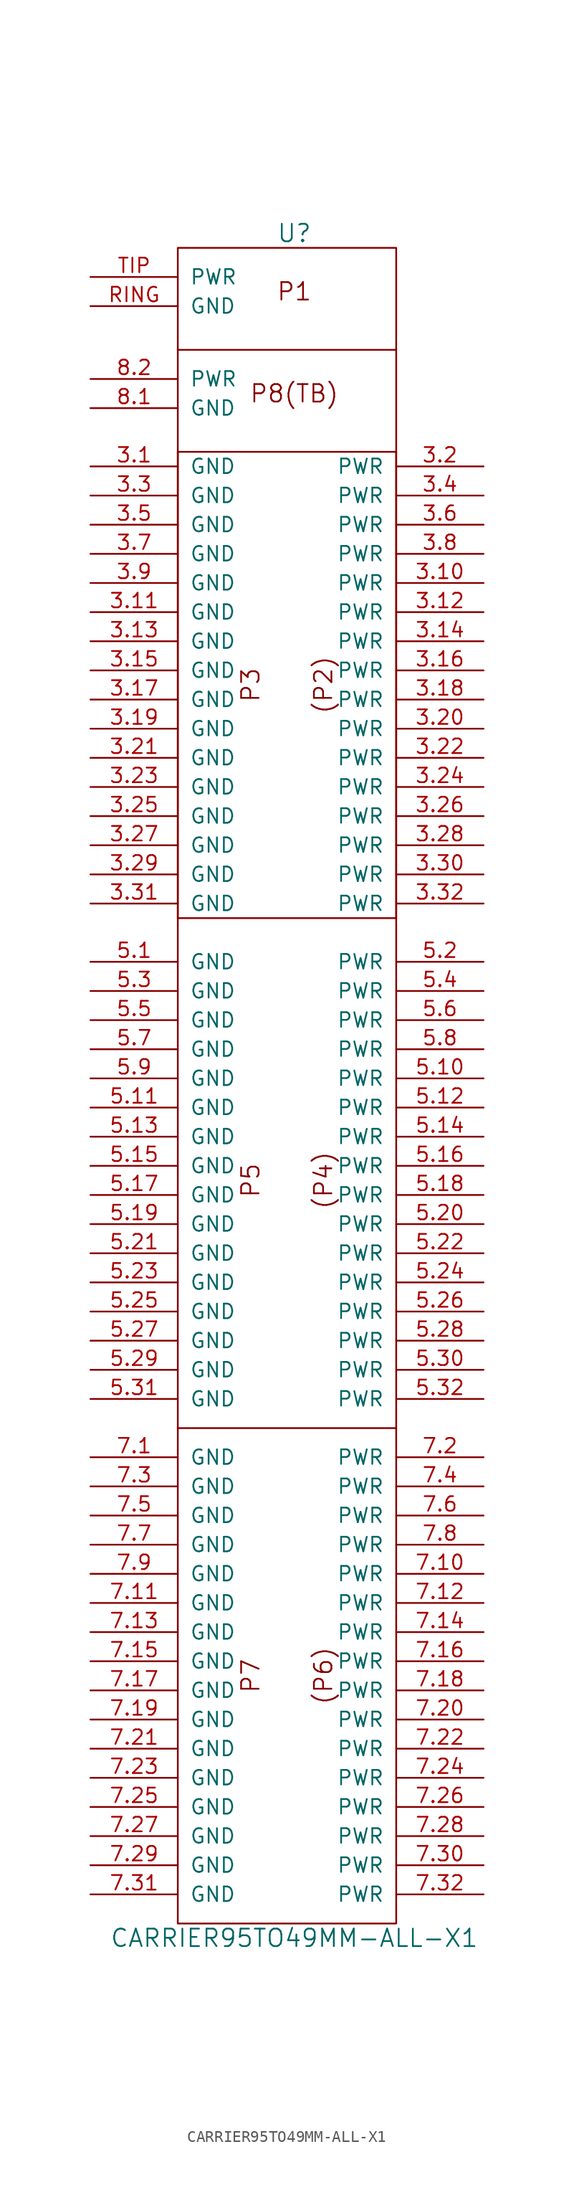
<source format=kicad_sym>
(kicad_symbol_lib
  (version 20220914)
  (generator kicad_symbol_editor)
  (symbol "CARRIER95TO49MM-ALL-X1"
    (pin_names
      (offset 1.016))
    (property "Reference" "U"
      (at 0 80.01 0)
      (effects (font (size 1.524 1.524))))
    (property "Value" "CARRIER95TO49MM-ALL-X1"
      (at 0 -68.58 0)
      (effects (font (size 1.524 1.524))))
    (property "Footprint" ""
      (at 2.54 -39.37 0)
      (effects (font (size 1.524 1.524))))
    (property "Datasheet" ""
      (at 2.54 -39.37 0)
      (effects (font (size 1.524 1.524))))
    (symbol "CARRIER95TO49MM-ALL-X1_0_0"
      (rectangle (start -10.16 -24.13) (end 8.89 -24.13) (stroke (width 0) (type default)) (fill (type none)))
      (rectangle (start -10.16 60.96) (end 8.89 20.32) (stroke (width 0) (type default)) (fill (type none)))
      (rectangle (start -10.16 69.85) (end 8.89 69.85) (stroke (width 0) (type default)) (fill (type none)))
      (text "(P2)" (at 2.54 40.64 900) (effects (font (size 1.524 1.524))))
      (text "(P4)" (at 2.54 -2.54 900) (effects (font (size 1.524 1.524))))
      (text "(P6)" (at 2.54 -45.72 900) (effects (font (size 1.524 1.524))))
      (text "P1" (at 0 74.93 0) (effects (font (size 1.524 1.524))))
      (text "P3" (at -3.81 40.64 900) (effects (font (size 1.524 1.524))))
      (text "P5" (at -3.81 -2.54 900) (effects (font (size 1.524 1.524))))
      (text "P7" (at -3.81 -45.72 900) (effects (font (size 1.524 1.524))))
      (text "P8(TB)" (at 0 66.04 0) (effects (font (size 1.524 1.524)))))
    (symbol "CARRIER95TO49MM-ALL-X1_0_1"
      (rectangle (start -10.16 -67.31) (end 8.89 78.74) (stroke (width 0) (type default)) (fill (type none))))
    (symbol "CARRIER95TO49MM-ALL-X1_1_1"
      (pin input line (at -17.78 59.69 0) (length 7.62) (name "GND" (effects (font (size 1.27 1.27)))) (number "3.1" (effects (font (size 1.27 1.27)))))
      (pin power_in line (at 16.51 49.53 180) (length 7.62) (name "PWR" (effects (font (size 1.27 1.27)))) (number "3.10" (effects (font (size 1.27 1.27)))))
      (pin input line (at -17.78 46.99 0) (length 7.62) (name "GND" (effects (font (size 1.27 1.27)))) (number "3.11" (effects (font (size 1.27 1.27)))))
      (pin power_in line (at 16.51 46.99 180) (length 7.62) (name "PWR" (effects (font (size 1.27 1.27)))) (number "3.12" (effects (font (size 1.27 1.27)))))
      (pin input line (at -17.78 44.45 0) (length 7.62) (name "GND" (effects (font (size 1.27 1.27)))) (number "3.13" (effects (font (size 1.27 1.27)))))
      (pin power_in line (at 16.51 44.45 180) (length 7.62) (name "PWR" (effects (font (size 1.27 1.27)))) (number "3.14" (effects (font (size 1.27 1.27)))))
      (pin input line (at -17.78 41.91 0) (length 7.62) (name "GND" (effects (font (size 1.27 1.27)))) (number "3.15" (effects (font (size 1.27 1.27)))))
      (pin power_in line (at 16.51 41.91 180) (length 7.62) (name "PWR" (effects (font (size 1.27 1.27)))) (number "3.16" (effects (font (size 1.27 1.27)))))
      (pin input line (at -17.78 39.37 0) (length 7.62) (name "GND" (effects (font (size 1.27 1.27)))) (number "3.17" (effects (font (size 1.27 1.27)))))
      (pin power_in line (at 16.51 39.37 180) (length 7.62) (name "PWR" (effects (font (size 1.27 1.27)))) (number "3.18" (effects (font (size 1.27 1.27)))))
      (pin input line (at -17.78 36.83 0) (length 7.62) (name "GND" (effects (font (size 1.27 1.27)))) (number "3.19" (effects (font (size 1.27 1.27)))))
      (pin power_in line (at 16.51 59.69 180) (length 7.62) (name "PWR" (effects (font (size 1.27 1.27)))) (number "3.2" (effects (font (size 1.27 1.27)))))
      (pin power_in line (at 16.51 36.83 180) (length 7.62) (name "PWR" (effects (font (size 1.27 1.27)))) (number "3.20" (effects (font (size 1.27 1.27)))))
      (pin input line (at -17.78 34.29 0) (length 7.62) (name "GND" (effects (font (size 1.27 1.27)))) (number "3.21" (effects (font (size 1.27 1.27)))))
      (pin power_in line (at 16.51 34.29 180) (length 7.62) (name "PWR" (effects (font (size 1.27 1.27)))) (number "3.22" (effects (font (size 1.27 1.27)))))
      (pin input line (at -17.78 31.75 0) (length 7.62) (name "GND" (effects (font (size 1.27 1.27)))) (number "3.23" (effects (font (size 1.27 1.27)))))
      (pin power_in line (at 16.51 31.75 180) (length 7.62) (name "PWR" (effects (font (size 1.27 1.27)))) (number "3.24" (effects (font (size 1.27 1.27)))))
      (pin input line (at -17.78 29.21 0) (length 7.62) (name "GND" (effects (font (size 1.27 1.27)))) (number "3.25" (effects (font (size 1.27 1.27)))))
      (pin power_in line (at 16.51 29.21 180) (length 7.62) (name "PWR" (effects (font (size 1.27 1.27)))) (number "3.26" (effects (font (size 1.27 1.27)))))
      (pin input line (at -17.78 26.67 0) (length 7.62) (name "GND" (effects (font (size 1.27 1.27)))) (number "3.27" (effects (font (size 1.27 1.27)))))
      (pin power_in line (at 16.51 26.67 180) (length 7.62) (name "PWR" (effects (font (size 1.27 1.27)))) (number "3.28" (effects (font (size 1.27 1.27)))))
      (pin input line (at -17.78 24.13 0) (length 7.62) (name "GND" (effects (font (size 1.27 1.27)))) (number "3.29" (effects (font (size 1.27 1.27)))))
      (pin input line (at -17.78 57.15 0) (length 7.62) (name "GND" (effects (font (size 1.27 1.27)))) (number "3.3" (effects (font (size 1.27 1.27)))))
      (pin power_in line (at 16.51 24.13 180) (length 7.62) (name "PWR" (effects (font (size 1.27 1.27)))) (number "3.30" (effects (font (size 1.27 1.27)))))
      (pin input line (at -17.78 21.59 0) (length 7.62) (name "GND" (effects (font (size 1.27 1.27)))) (number "3.31" (effects (font (size 1.27 1.27)))))
      (pin power_in line (at 16.51 21.59 180) (length 7.62) (name "PWR" (effects (font (size 1.27 1.27)))) (number "3.32" (effects (font (size 1.27 1.27)))))
      (pin power_in line (at 16.51 57.15 180) (length 7.62) (name "PWR" (effects (font (size 1.27 1.27)))) (number "3.4" (effects (font (size 1.27 1.27)))))
      (pin input line (at -17.78 54.61 0) (length 7.62) (name "GND" (effects (font (size 1.27 1.27)))) (number "3.5" (effects (font (size 1.27 1.27)))))
      (pin power_in line (at 16.51 54.61 180) (length 7.62) (name "PWR" (effects (font (size 1.27 1.27)))) (number "3.6" (effects (font (size 1.27 1.27)))))
      (pin input line (at -17.78 52.07 0) (length 7.62) (name "GND" (effects (font (size 1.27 1.27)))) (number "3.7" (effects (font (size 1.27 1.27)))))
      (pin power_in line (at 16.51 52.07 180) (length 7.62) (name "PWR" (effects (font (size 1.27 1.27)))) (number "3.8" (effects (font (size 1.27 1.27)))))
      (pin input line (at -17.78 49.53 0) (length 7.62) (name "GND" (effects (font (size 1.27 1.27)))) (number "3.9" (effects (font (size 1.27 1.27)))))
      (pin input line (at -17.78 16.51 0) (length 7.62) (name "GND" (effects (font (size 1.27 1.27)))) (number "5.1" (effects (font (size 1.27 1.27)))))
      (pin power_in line (at 16.51 6.35 180) (length 7.62) (name "PWR" (effects (font (size 1.27 1.27)))) (number "5.10" (effects (font (size 1.27 1.27)))))
      (pin input line (at -17.78 3.81 0) (length 7.62) (name "GND" (effects (font (size 1.27 1.27)))) (number "5.11" (effects (font (size 1.27 1.27)))))
      (pin power_in line (at 16.51 3.81 180) (length 7.62) (name "PWR" (effects (font (size 1.27 1.27)))) (number "5.12" (effects (font (size 1.27 1.27)))))
      (pin input line (at -17.78 1.27 0) (length 7.62) (name "GND" (effects (font (size 1.27 1.27)))) (number "5.13" (effects (font (size 1.27 1.27)))))
      (pin power_in line (at 16.51 1.27 180) (length 7.62) (name "PWR" (effects (font (size 1.27 1.27)))) (number "5.14" (effects (font (size 1.27 1.27)))))
      (pin input line (at -17.78 -1.27 0) (length 7.62) (name "GND" (effects (font (size 1.27 1.27)))) (number "5.15" (effects (font (size 1.27 1.27)))))
      (pin power_in line (at 16.51 -1.27 180) (length 7.62) (name "PWR" (effects (font (size 1.27 1.27)))) (number "5.16" (effects (font (size 1.27 1.27)))))
      (pin input line (at -17.78 -3.81 0) (length 7.62) (name "GND" (effects (font (size 1.27 1.27)))) (number "5.17" (effects (font (size 1.27 1.27)))))
      (pin power_in line (at 16.51 -3.81 180) (length 7.62) (name "PWR" (effects (font (size 1.27 1.27)))) (number "5.18" (effects (font (size 1.27 1.27)))))
      (pin input line (at -17.78 -6.35 0) (length 7.62) (name "GND" (effects (font (size 1.27 1.27)))) (number "5.19" (effects (font (size 1.27 1.27)))))
      (pin power_in line (at 16.51 16.51 180) (length 7.62) (name "PWR" (effects (font (size 1.27 1.27)))) (number "5.2" (effects (font (size 1.27 1.27)))))
      (pin power_in line (at 16.51 -6.35 180) (length 7.62) (name "PWR" (effects (font (size 1.27 1.27)))) (number "5.20" (effects (font (size 1.27 1.27)))))
      (pin input line (at -17.78 -8.89 0) (length 7.62) (name "GND" (effects (font (size 1.27 1.27)))) (number "5.21" (effects (font (size 1.27 1.27)))))
      (pin power_in line (at 16.51 -8.89 180) (length 7.62) (name "PWR" (effects (font (size 1.27 1.27)))) (number "5.22" (effects (font (size 1.27 1.27)))))
      (pin input line (at -17.78 -11.43 0) (length 7.62) (name "GND" (effects (font (size 1.27 1.27)))) (number "5.23" (effects (font (size 1.27 1.27)))))
      (pin power_in line (at 16.51 -11.43 180) (length 7.62) (name "PWR" (effects (font (size 1.27 1.27)))) (number "5.24" (effects (font (size 1.27 1.27)))))
      (pin input line (at -17.78 -13.97 0) (length 7.62) (name "GND" (effects (font (size 1.27 1.27)))) (number "5.25" (effects (font (size 1.27 1.27)))))
      (pin power_in line (at 16.51 -13.97 180) (length 7.62) (name "PWR" (effects (font (size 1.27 1.27)))) (number "5.26" (effects (font (size 1.27 1.27)))))
      (pin input line (at -17.78 -16.51 0) (length 7.62) (name "GND" (effects (font (size 1.27 1.27)))) (number "5.27" (effects (font (size 1.27 1.27)))))
      (pin power_in line (at 16.51 -16.51 180) (length 7.62) (name "PWR" (effects (font (size 1.27 1.27)))) (number "5.28" (effects (font (size 1.27 1.27)))))
      (pin input line (at -17.78 -19.05 0) (length 7.62) (name "GND" (effects (font (size 1.27 1.27)))) (number "5.29" (effects (font (size 1.27 1.27)))))
      (pin input line (at -17.78 13.97 0) (length 7.62) (name "GND" (effects (font (size 1.27 1.27)))) (number "5.3" (effects (font (size 1.27 1.27)))))
      (pin power_in line (at 16.51 -19.05 180) (length 7.62) (name "PWR" (effects (font (size 1.27 1.27)))) (number "5.30" (effects (font (size 1.27 1.27)))))
      (pin input line (at -17.78 -21.59 0) (length 7.62) (name "GND" (effects (font (size 1.27 1.27)))) (number "5.31" (effects (font (size 1.27 1.27)))))
      (pin power_in line (at 16.51 -21.59 180) (length 7.62) (name "PWR" (effects (font (size 1.27 1.27)))) (number "5.32" (effects (font (size 1.27 1.27)))))
      (pin power_in line (at 16.51 13.97 180) (length 7.62) (name "PWR" (effects (font (size 1.27 1.27)))) (number "5.4" (effects (font (size 1.27 1.27)))))
      (pin input line (at -17.78 11.43 0) (length 7.62) (name "GND" (effects (font (size 1.27 1.27)))) (number "5.5" (effects (font (size 1.27 1.27)))))
      (pin power_in line (at 16.51 11.43 180) (length 7.62) (name "PWR" (effects (font (size 1.27 1.27)))) (number "5.6" (effects (font (size 1.27 1.27)))))
      (pin input line (at -17.78 8.89 0) (length 7.62) (name "GND" (effects (font (size 1.27 1.27)))) (number "5.7" (effects (font (size 1.27 1.27)))))
      (pin power_in line (at 16.51 8.89 180) (length 7.62) (name "PWR" (effects (font (size 1.27 1.27)))) (number "5.8" (effects (font (size 1.27 1.27)))))
      (pin input line (at -17.78 6.35 0) (length 7.62) (name "GND" (effects (font (size 1.27 1.27)))) (number "5.9" (effects (font (size 1.27 1.27)))))
      (pin input line (at -17.78 -26.67 0) (length 7.62) (name "GND" (effects (font (size 1.27 1.27)))) (number "7.1" (effects (font (size 1.27 1.27)))))
      (pin power_in line (at 16.51 -36.83 180) (length 7.62) (name "PWR" (effects (font (size 1.27 1.27)))) (number "7.10" (effects (font (size 1.27 1.27)))))
      (pin input line (at -17.78 -39.37 0) (length 7.62) (name "GND" (effects (font (size 1.27 1.27)))) (number "7.11" (effects (font (size 1.27 1.27)))))
      (pin power_in line (at 16.51 -39.37 180) (length 7.62) (name "PWR" (effects (font (size 1.27 1.27)))) (number "7.12" (effects (font (size 1.27 1.27)))))
      (pin input line (at -17.78 -41.91 0) (length 7.62) (name "GND" (effects (font (size 1.27 1.27)))) (number "7.13" (effects (font (size 1.27 1.27)))))
      (pin power_in line (at 16.51 -41.91 180) (length 7.62) (name "PWR" (effects (font (size 1.27 1.27)))) (number "7.14" (effects (font (size 1.27 1.27)))))
      (pin input line (at -17.78 -44.45 0) (length 7.62) (name "GND" (effects (font (size 1.27 1.27)))) (number "7.15" (effects (font (size 1.27 1.27)))))
      (pin power_in line (at 16.51 -44.45 180) (length 7.62) (name "PWR" (effects (font (size 1.27 1.27)))) (number "7.16" (effects (font (size 1.27 1.27)))))
      (pin input line (at -17.78 -46.99 0) (length 7.62) (name "GND" (effects (font (size 1.27 1.27)))) (number "7.17" (effects (font (size 1.27 1.27)))))
      (pin power_in line (at 16.51 -46.99 180) (length 7.62) (name "PWR" (effects (font (size 1.27 1.27)))) (number "7.18" (effects (font (size 1.27 1.27)))))
      (pin input line (at -17.78 -49.53 0) (length 7.62) (name "GND" (effects (font (size 1.27 1.27)))) (number "7.19" (effects (font (size 1.27 1.27)))))
      (pin power_in line (at 16.51 -26.67 180) (length 7.62) (name "PWR" (effects (font (size 1.27 1.27)))) (number "7.2" (effects (font (size 1.27 1.27)))))
      (pin power_in line (at 16.51 -49.53 180) (length 7.62) (name "PWR" (effects (font (size 1.27 1.27)))) (number "7.20" (effects (font (size 1.27 1.27)))))
      (pin input line (at -17.78 -52.07 0) (length 7.62) (name "GND" (effects (font (size 1.27 1.27)))) (number "7.21" (effects (font (size 1.27 1.27)))))
      (pin power_in line (at 16.51 -52.07 180) (length 7.62) (name "PWR" (effects (font (size 1.27 1.27)))) (number "7.22" (effects (font (size 1.27 1.27)))))
      (pin input line (at -17.78 -54.61 0) (length 7.62) (name "GND" (effects (font (size 1.27 1.27)))) (number "7.23" (effects (font (size 1.27 1.27)))))
      (pin power_in line (at 16.51 -54.61 180) (length 7.62) (name "PWR" (effects (font (size 1.27 1.27)))) (number "7.24" (effects (font (size 1.27 1.27)))))
      (pin input line (at -17.78 -57.15 0) (length 7.62) (name "GND" (effects (font (size 1.27 1.27)))) (number "7.25" (effects (font (size 1.27 1.27)))))
      (pin power_in line (at 16.51 -57.15 180) (length 7.62) (name "PWR" (effects (font (size 1.27 1.27)))) (number "7.26" (effects (font (size 1.27 1.27)))))
      (pin input line (at -17.78 -59.69 0) (length 7.62) (name "GND" (effects (font (size 1.27 1.27)))) (number "7.27" (effects (font (size 1.27 1.27)))))
      (pin power_in line (at 16.51 -59.69 180) (length 7.62) (name "PWR" (effects (font (size 1.27 1.27)))) (number "7.28" (effects (font (size 1.27 1.27)))))
      (pin input line (at -17.78 -62.23 0) (length 7.62) (name "GND" (effects (font (size 1.27 1.27)))) (number "7.29" (effects (font (size 1.27 1.27)))))
      (pin input line (at -17.78 -29.21 0) (length 7.62) (name "GND" (effects (font (size 1.27 1.27)))) (number "7.3" (effects (font (size 1.27 1.27)))))
      (pin power_in line (at 16.51 -62.23 180) (length 7.62) (name "PWR" (effects (font (size 1.27 1.27)))) (number "7.30" (effects (font (size 1.27 1.27)))))
      (pin input line (at -17.78 -64.77 0) (length 7.62) (name "GND" (effects (font (size 1.27 1.27)))) (number "7.31" (effects (font (size 1.27 1.27)))))
      (pin power_in line (at 16.51 -64.77 180) (length 7.62) (name "PWR" (effects (font (size 1.27 1.27)))) (number "7.32" (effects (font (size 1.27 1.27)))))
      (pin power_in line (at 16.51 -29.21 180) (length 7.62) (name "PWR" (effects (font (size 1.27 1.27)))) (number "7.4" (effects (font (size 1.27 1.27)))))
      (pin input line (at -17.78 -31.75 0) (length 7.62) (name "GND" (effects (font (size 1.27 1.27)))) (number "7.5" (effects (font (size 1.27 1.27)))))
      (pin power_in line (at 16.51 -31.75 180) (length 7.62) (name "PWR" (effects (font (size 1.27 1.27)))) (number "7.6" (effects (font (size 1.27 1.27)))))
      (pin input line (at -17.78 -34.29 0) (length 7.62) (name "GND" (effects (font (size 1.27 1.27)))) (number "7.7" (effects (font (size 1.27 1.27)))))
      (pin power_in line (at 16.51 -34.29 180) (length 7.62) (name "PWR" (effects (font (size 1.27 1.27)))) (number "7.8" (effects (font (size 1.27 1.27)))))
      (pin input line (at -17.78 -36.83 0) (length 7.62) (name "GND" (effects (font (size 1.27 1.27)))) (number "7.9" (effects (font (size 1.27 1.27)))))
      (pin input line (at -17.78 64.77 0) (length 7.62) (name "GND" (effects (font (size 1.27 1.27)))) (number "8.1" (effects (font (size 1.27 1.27)))))
      (pin power_in line (at -17.78 67.31 0) (length 7.62) (name "PWR" (effects (font (size 1.27 1.27)))) (number "8.2" (effects (font (size 1.27 1.27)))))
      (pin input line (at -17.78 73.66 0) (length 7.62) (name "GND" (effects (font (size 1.27 1.27)))) (number "RING" (effects (font (size 1.27 1.27)))))
      (pin power_in line (at -17.78 76.2 0) (length 7.62) (name "PWR" (effects (font (size 1.27 1.27)))) (number "TIP" (effects (font (size 1.27 1.27))))))))
</source>
